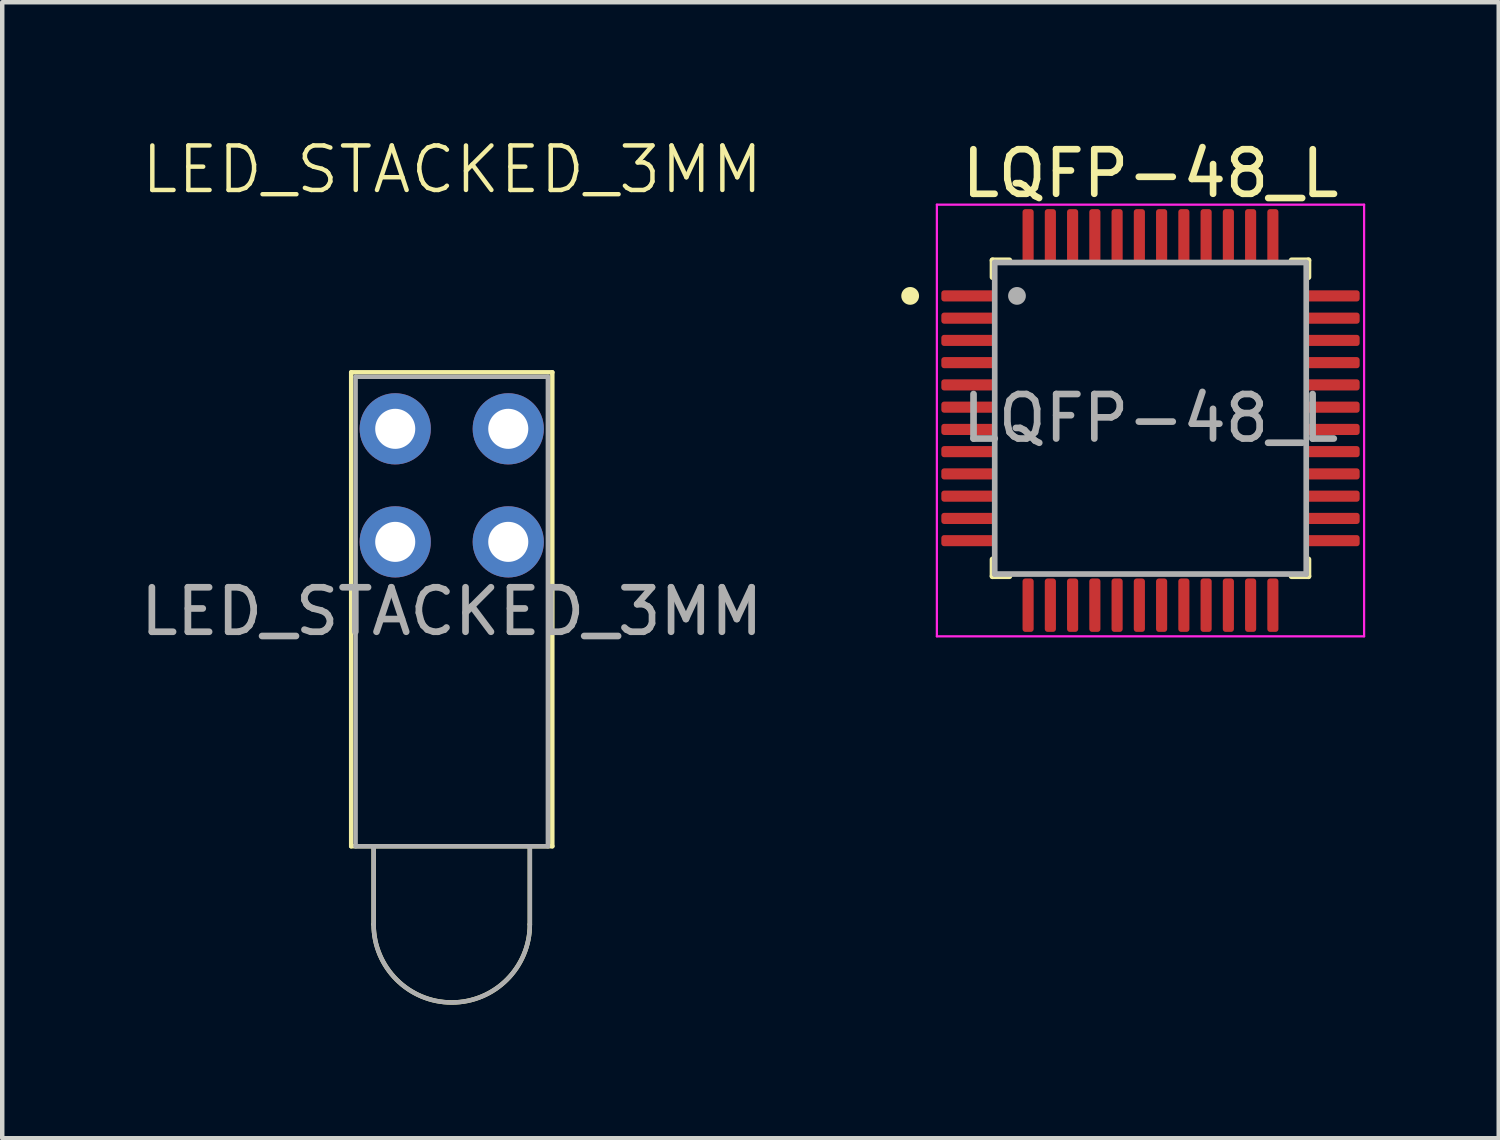
<source format=kicad_pcb>
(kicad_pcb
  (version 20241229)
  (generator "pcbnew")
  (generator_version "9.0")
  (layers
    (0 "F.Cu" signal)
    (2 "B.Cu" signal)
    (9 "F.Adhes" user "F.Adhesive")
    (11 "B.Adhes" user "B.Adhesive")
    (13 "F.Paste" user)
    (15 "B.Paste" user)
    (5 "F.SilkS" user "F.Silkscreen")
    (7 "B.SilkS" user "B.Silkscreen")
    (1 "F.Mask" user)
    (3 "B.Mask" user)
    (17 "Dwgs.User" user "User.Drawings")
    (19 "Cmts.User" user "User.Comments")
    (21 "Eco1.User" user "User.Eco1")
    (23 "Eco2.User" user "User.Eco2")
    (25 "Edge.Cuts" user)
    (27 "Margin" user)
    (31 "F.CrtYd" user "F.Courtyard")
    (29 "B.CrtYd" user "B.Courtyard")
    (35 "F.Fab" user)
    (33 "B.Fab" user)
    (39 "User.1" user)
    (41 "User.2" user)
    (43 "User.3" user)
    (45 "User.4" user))
  (footprint "LED_STACKED_3MM"
    (layer "F.Cu")
    (at 7.101 10.691)
    (property "Reference" "LED_STACKED_3MM" (at 0.01 -9.93 0) (unlocked yes) (layer "F.SilkS") (effects (font (size 1 1) (thickness 0.1))))
    (attr through_hole)
    (fp_line (start -2.26 5.275) (end -2.26 -5.375) (stroke (width 0.1) (type default)) (layer "F.SilkS"))
    (fp_line (start -2.26 5.275) (end 2.26 5.275) (stroke (width 0.1) (type default)) (layer "F.SilkS"))
    (fp_line (start -1.755 7.03) (end -1.755 5.275) (stroke (width 0.1) (type default)) (layer "F.SilkS"))
    (fp_line (start 1.755 7.03) (end 1.755 5.275) (stroke (width 0.1) (type default)) (layer "F.SilkS"))
    (fp_line (start 2.26 -5.375) (end -2.26 -5.375) (stroke (width 0.1) (type default)) (layer "F.SilkS"))
    (fp_line (start 2.26 5.275) (end 2.26 -5.375) (stroke (width 0.1) (type default)) (layer "F.SilkS"))
    (fp_arc (start 1.755 7.03) (mid 0 8.785) (end -1.755 7.03) (stroke (width 0.1) (type default)) (layer "F.SilkS"))
    (fp_line (start -2.16 5.275) (end -2.16 -5.275) (stroke (width 0.1) (type default)) (layer "F.Fab"))
    (fp_line (start -2.16 5.275) (end 2.16 5.275) (stroke (width 0.1) (type default)) (layer "F.Fab"))
    (fp_line (start -1.755 7.03) (end -1.755 5.275) (stroke (width 0.1) (type default)) (layer "F.Fab"))
    (fp_line (start 1.755 7.03) (end 1.755 5.275) (stroke (width 0.1) (type default)) (layer "F.Fab"))
    (fp_line (start 2.16 -5.275) (end -2.16 -5.275) (stroke (width 0.1) (type default)) (layer "F.Fab"))
    (fp_line (start 2.16 5.275) (end 2.16 -5.275) (stroke (width 0.1) (type default)) (layer "F.Fab"))
    (fp_arc (start 1.755 7.03) (mid 0 8.785) (end -1.755 7.03) (stroke (width 0.1) (type default)) (layer "F.Fab"))
    (fp_text user "${REFERENCE}" (at 0 0 0) (unlocked yes) (layer "F.Fab") (effects (font (size 1 1) (thickness 0.15))))
    (pad "1" thru_hole circle (at -1.27 -4.105) (size 1.6 1.6) (drill 0.9) (layers "*.Cu" "*.Mask"))
    (pad "2" thru_hole circle (at 1.27 -4.105) (size 1.6 1.6) (drill 0.9) (layers "*.Cu" "*.Mask"))
    (pad "3" thru_hole circle (at -1.27 -1.565 270) (size 1.6 1.6) (drill 0.9) (layers "*.Cu" "*.Mask"))
    (pad "4" thru_hole circle (at 1.27 -1.565 270) (size 1.6 1.6) (drill 0.9) (layers "*.Cu" "*.Mask")))
  (footprint "LQFP-48_L"
    (layer "F.Cu")
    (at 22.802 6.349)
    (property "Reference" "LQFP-48_L" (at 0 -5.5 0) (layer "F.SilkS") (effects (font (size 1.001 1.001) (thickness 0.15))))
    (attr smd)
    (fp_line (start -3.55 -3.55) (end -3.17 -3.55) (stroke (width 0.127) (type solid)) (layer "F.SilkS"))
    (fp_line (start -3.55 -3.17) (end -3.55 -3.55) (stroke (width 0.127) (type solid)) (layer "F.SilkS"))
    (fp_line (start -3.55 3.17) (end -3.55 3.55) (stroke (width 0.127) (type solid)) (layer "F.SilkS"))
    (fp_line (start -3.55 3.55) (end -3.17 3.55) (stroke (width 0.127) (type solid)) (layer "F.SilkS"))
    (fp_line (start 3.17 -3.55) (end 3.55 -3.55) (stroke (width 0.127) (type solid)) (layer "F.SilkS"))
    (fp_line (start 3.17 3.55) (end 3.55 3.55) (stroke (width 0.127) (type solid)) (layer "F.SilkS"))
    (fp_line (start 3.55 -3.55) (end 3.55 -3.17) (stroke (width 0.127) (type solid)) (layer "F.SilkS"))
    (fp_line (start 3.55 3.55) (end 3.55 3.17) (stroke (width 0.127) (type solid)) (layer "F.SilkS"))
    (fp_circle (center -5.4 -2.75) (end -5.3 -2.75) (stroke (width 0.2) (type solid)) (fill no) (layer "F.SilkS"))
    (fp_line (start -4.8 -4.8) (end 4.8 -4.8) (stroke (width 0.05) (type solid)) (layer "F.CrtYd"))
    (fp_line (start -4.8 4.9) (end -4.8 -4.8) (stroke (width 0.05) (type solid)) (layer "F.CrtYd"))
    (fp_line (start 4.8 -4.8) (end 4.8 4.9) (stroke (width 0.05) (type solid)) (layer "F.CrtYd"))
    (fp_line (start 4.8 4.9) (end -4.8 4.9) (stroke (width 0.05) (type solid)) (layer "F.CrtYd"))
    (fp_line (start -3.5 -3.5) (end 3.5 -3.5) (stroke (width 0.127) (type solid)) (layer "F.Fab"))
    (fp_line (start -3.5 3.5) (end -3.5 -3.5) (stroke (width 0.127) (type solid)) (layer "F.Fab"))
    (fp_line (start 3.5 -3.5) (end 3.5 3.5) (stroke (width 0.127) (type solid)) (layer "F.Fab"))
    (fp_line (start 3.5 3.5) (end -3.5 3.5) (stroke (width 0.127) (type solid)) (layer "F.Fab"))
    (fp_circle (center -3 -2.75) (end -2.9 -2.75) (stroke (width 0.2) (type solid)) (fill no) (layer "F.Fab"))
    (fp_text user "${REFERENCE}" (at 0 0 0) (unlocked yes) (layer "F.Fab") (effects (font (size 1 1) (thickness 0.15))))
    (pad "1" smd roundrect (at -4.1 -2.75) (size 1.2 0.25) (layers "F.Cu" "F.Mask" "F.Paste") (roundrect_rratio 0.25))
    (pad "2" smd roundrect (at -4.1 -2.25) (size 1.2 0.25) (layers "F.Cu" "F.Mask" "F.Paste") (roundrect_rratio 0.25))
    (pad "3" smd roundrect (at -4.1 -1.75) (size 1.2 0.25) (layers "F.Cu" "F.Mask" "F.Paste") (roundrect_rratio 0.25))
    (pad "4" smd roundrect (at -4.1 -1.25) (size 1.2 0.25) (layers "F.Cu" "F.Mask" "F.Paste") (roundrect_rratio 0.25))
    (pad "5" smd roundrect (at -4.1 -0.75) (size 1.2 0.25) (layers "F.Cu" "F.Mask" "F.Paste") (roundrect_rratio 0.25))
    (pad "6" smd roundrect (at -4.1 -0.25) (size 1.2 0.25) (layers "F.Cu" "F.Mask" "F.Paste") (roundrect_rratio 0.25))
    (pad "7" smd roundrect (at -4.1 0.25) (size 1.2 0.25) (layers "F.Cu" "F.Mask" "F.Paste") (roundrect_rratio 0.25))
    (pad "8" smd roundrect (at -4.1 0.75) (size 1.2 0.25) (layers "F.Cu" "F.Mask" "F.Paste") (roundrect_rratio 0.25))
    (pad "9" smd roundrect (at -4.1 1.25) (size 1.2 0.25) (layers "F.Cu" "F.Mask" "F.Paste") (roundrect_rratio 0.25))
    (pad "10" smd roundrect (at -4.1 1.75) (size 1.2 0.25) (layers "F.Cu" "F.Mask" "F.Paste") (roundrect_rratio 0.25))
    (pad "11" smd roundrect (at -4.1 2.25) (size 1.2 0.25) (layers "F.Cu" "F.Mask" "F.Paste") (roundrect_rratio 0.25))
    (pad "12" smd roundrect (at -4.1 2.75) (size 1.2 0.25) (layers "F.Cu" "F.Mask" "F.Paste") (roundrect_rratio 0.25))
    (pad "13" smd roundrect (at -2.75 4.2) (size 0.25 1.2) (layers "F.Cu" "F.Mask" "F.Paste") (roundrect_rratio 0.25))
    (pad "14" smd roundrect (at -2.25 4.2) (size 0.25 1.2) (layers "F.Cu" "F.Mask" "F.Paste") (roundrect_rratio 0.25))
    (pad "15" smd roundrect (at -1.75 4.2) (size 0.25 1.2) (layers "F.Cu" "F.Mask" "F.Paste") (roundrect_rratio 0.25))
    (pad "16" smd roundrect (at -1.25 4.2) (size 0.25 1.2) (layers "F.Cu" "F.Mask" "F.Paste") (roundrect_rratio 0.25))
    (pad "17" smd roundrect (at -0.75 4.2) (size 0.25 1.2) (layers "F.Cu" "F.Mask" "F.Paste") (roundrect_rratio 0.25))
    (pad "18" smd roundrect (at -0.25 4.2) (size 0.25 1.2) (layers "F.Cu" "F.Mask" "F.Paste") (roundrect_rratio 0.25))
    (pad "19" smd roundrect (at 0.25 4.2) (size 0.25 1.2) (layers "F.Cu" "F.Mask" "F.Paste") (roundrect_rratio 0.25))
    (pad "20" smd roundrect (at 0.75 4.2) (size 0.25 1.2) (layers "F.Cu" "F.Mask" "F.Paste") (roundrect_rratio 0.25))
    (pad "21" smd roundrect (at 1.25 4.2) (size 0.25 1.2) (layers "F.Cu" "F.Mask" "F.Paste") (roundrect_rratio 0.25))
    (pad "22" smd roundrect (at 1.75 4.2) (size 0.25 1.2) (layers "F.Cu" "F.Mask" "F.Paste") (roundrect_rratio 0.25))
    (pad "23" smd roundrect (at 2.25 4.2) (size 0.25 1.2) (layers "F.Cu" "F.Mask" "F.Paste") (roundrect_rratio 0.25))
    (pad "24" smd roundrect (at 2.75 4.2) (size 0.25 1.2) (layers "F.Cu" "F.Mask" "F.Paste") (roundrect_rratio 0.25))
    (pad "25" smd roundrect (at 4.1 2.75) (size 1.2 0.25) (layers "F.Cu" "F.Mask" "F.Paste") (roundrect_rratio 0.25))
    (pad "26" smd roundrect (at 4.1 2.25) (size 1.2 0.25) (layers "F.Cu" "F.Mask" "F.Paste") (roundrect_rratio 0.25))
    (pad "27" smd roundrect (at 4.1 1.75) (size 1.2 0.25) (layers "F.Cu" "F.Mask" "F.Paste") (roundrect_rratio 0.25))
    (pad "28" smd roundrect (at 4.1 1.25) (size 1.2 0.25) (layers "F.Cu" "F.Mask" "F.Paste") (roundrect_rratio 0.25))
    (pad "29" smd roundrect (at 4.1 0.75) (size 1.2 0.25) (layers "F.Cu" "F.Mask" "F.Paste") (roundrect_rratio 0.25))
    (pad "30" smd roundrect (at 4.1 0.25) (size 1.2 0.25) (layers "F.Cu" "F.Mask" "F.Paste") (roundrect_rratio 0.25))
    (pad "31" smd roundrect (at 4.1 -0.25) (size 1.2 0.25) (layers "F.Cu" "F.Mask" "F.Paste") (roundrect_rratio 0.25))
    (pad "32" smd roundrect (at 4.1 -0.75) (size 1.2 0.25) (layers "F.Cu" "F.Mask" "F.Paste") (roundrect_rratio 0.25))
    (pad "33" smd roundrect (at 4.1 -1.25) (size 1.2 0.25) (layers "F.Cu" "F.Mask" "F.Paste") (roundrect_rratio 0.25))
    (pad "34" smd roundrect (at 4.1 -1.75) (size 1.2 0.25) (layers "F.Cu" "F.Mask" "F.Paste") (roundrect_rratio 0.25))
    (pad "35" smd roundrect (at 4.1 -2.25) (size 1.2 0.25) (layers "F.Cu" "F.Mask" "F.Paste") (roundrect_rratio 0.25))
    (pad "36" smd roundrect (at 4.1 -2.75) (size 1.2 0.25) (layers "F.Cu" "F.Mask" "F.Paste") (roundrect_rratio 0.25))
    (pad "37" smd roundrect (at 2.75 -4.1) (size 0.25 1.2) (layers "F.Cu" "F.Mask" "F.Paste") (roundrect_rratio 0.25))
    (pad "38" smd roundrect (at 2.25 -4.1) (size 0.25 1.2) (layers "F.Cu" "F.Mask" "F.Paste") (roundrect_rratio 0.25))
    (pad "39" smd roundrect (at 1.75 -4.1) (size 0.25 1.2) (layers "F.Cu" "F.Mask" "F.Paste") (roundrect_rratio 0.25))
    (pad "40" smd roundrect (at 1.25 -4.1) (size 0.25 1.2) (layers "F.Cu" "F.Mask" "F.Paste") (roundrect_rratio 0.25))
    (pad "41" smd roundrect (at 0.75 -4.1) (size 0.25 1.2) (layers "F.Cu" "F.Mask" "F.Paste") (roundrect_rratio 0.25))
    (pad "42" smd roundrect (at 0.25 -4.1) (size 0.25 1.2) (layers "F.Cu" "F.Mask" "F.Paste") (roundrect_rratio 0.25))
    (pad "43" smd roundrect (at -0.25 -4.1) (size 0.25 1.2) (layers "F.Cu" "F.Mask" "F.Paste") (roundrect_rratio 0.25))
    (pad "44" smd roundrect (at -0.75 -4.1) (size 0.25 1.2) (layers "F.Cu" "F.Mask" "F.Paste") (roundrect_rratio 0.25))
    (pad "45" smd roundrect (at -1.25 -4.1) (size 0.25 1.2) (layers "F.Cu" "F.Mask" "F.Paste") (roundrect_rratio 0.25))
    (pad "46" smd roundrect (at -1.75 -4.1) (size 0.25 1.2) (layers "F.Cu" "F.Mask" "F.Paste") (roundrect_rratio 0.25))
    (pad "47" smd roundrect (at -2.25 -4.1) (size 0.25 1.2) (layers "F.Cu" "F.Mask" "F.Paste") (roundrect_rratio 0.25))
    (pad "48" smd roundrect (at -2.75 -4.1) (size 0.25 1.2) (layers "F.Cu" "F.Mask" "F.Paste") (roundrect_rratio 0.25)))
  (gr_rect
    (start -3 -3)
    (end 30.627 22.526)
    (stroke (width 0.1) (type default))
    (fill no)
    (layer "Edge.Cuts")))
</source>
